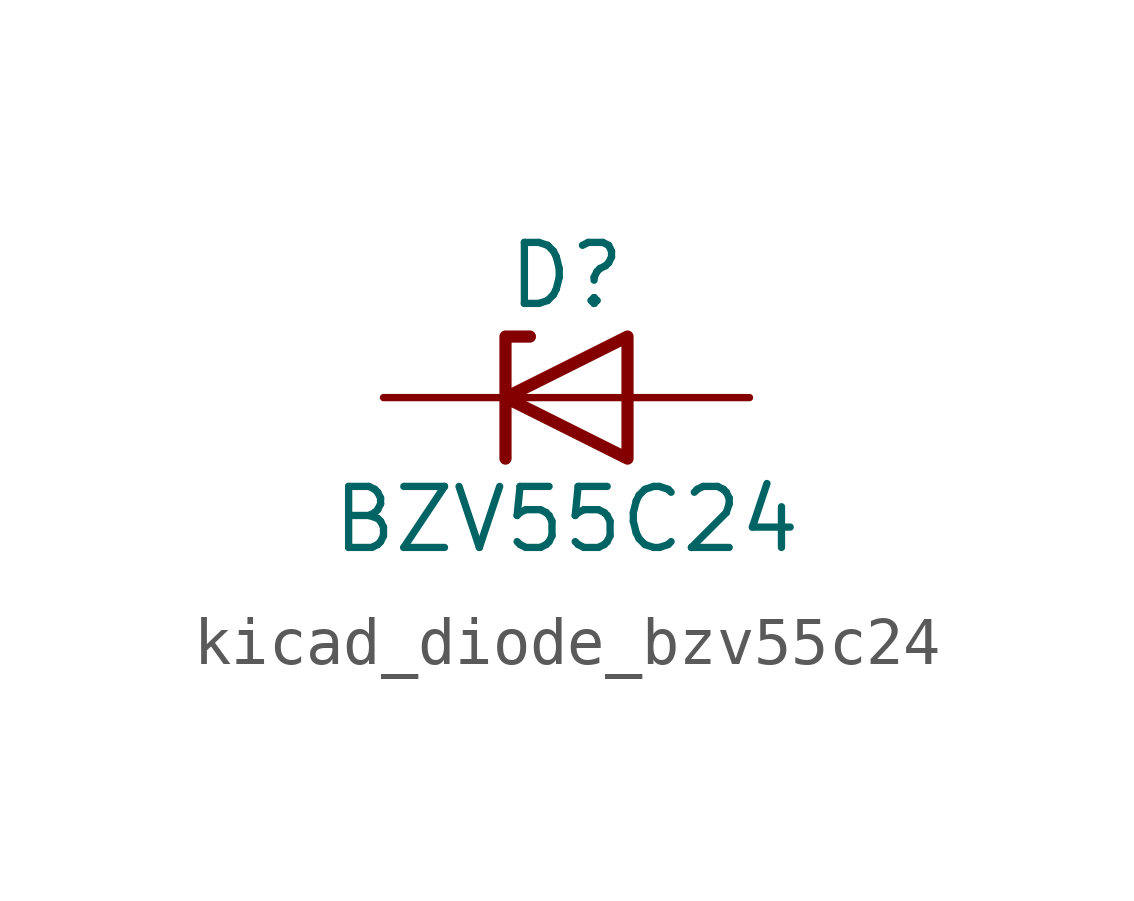
<source format=kicad_sym>
(kicad_symbol_lib
  (version 20220914)
  (generator kicad_symbol_editor)
  (symbol "kicad_diode_bzv55c24"
    (pin_numbers hide)
    (pin_names hide)
    (property "Reference" "D"
      (at 0 2.54 0)
      (effects (font (size 1.27 1.27))))
    (property "Value" "BZV55C24"
      (at 0 -2.54 0)
      (effects (font (size 1.27 1.27))))
    (symbol "kicad_diode_bzv55c24_0_1"
      (polyline (pts (xy 1.27 0) (xy -1.27 0)) (stroke (width 0) (type default)) (fill (type none)))
      (polyline (pts (xy -1.27 -1.27) (xy -1.27 1.27) (xy -0.762 1.27)) (stroke (width 0.254) (type default)) (fill (type none)))
      (polyline (pts (xy 1.27 -1.27) (xy 1.27 1.27) (xy -1.27 0) (xy 1.27 -1.27)) (stroke (width 0.254) (type default)) (fill (type none))))
    (symbol "kicad_diode_bzv55c24_1_1"
      (pin passive line (at -3.81 0 0) (length 2.54) (name "K" (effects (font (size 1.27 1.27)))) (number "1" (effects (font (size 1.27 1.27)))))
      (pin passive line (at 3.81 0 180) (length 2.54) (name "A" (effects (font (size 1.27 1.27)))) (number "2" (effects (font (size 1.27 1.27))))))))
</source>
